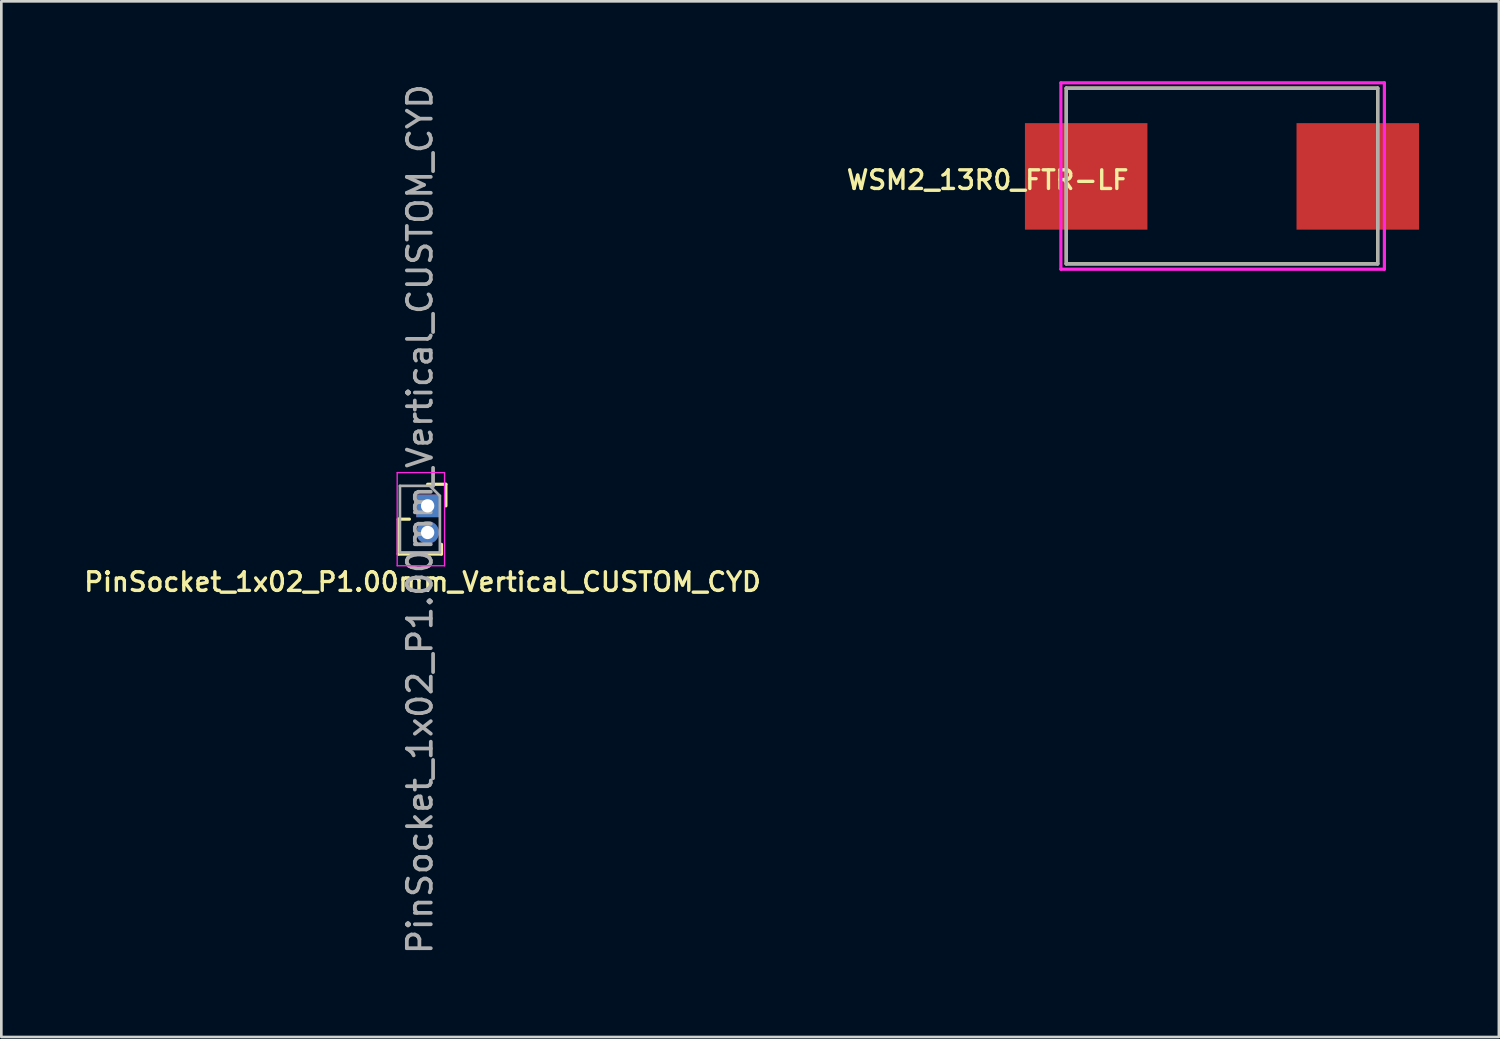
<source format=kicad_pcb>
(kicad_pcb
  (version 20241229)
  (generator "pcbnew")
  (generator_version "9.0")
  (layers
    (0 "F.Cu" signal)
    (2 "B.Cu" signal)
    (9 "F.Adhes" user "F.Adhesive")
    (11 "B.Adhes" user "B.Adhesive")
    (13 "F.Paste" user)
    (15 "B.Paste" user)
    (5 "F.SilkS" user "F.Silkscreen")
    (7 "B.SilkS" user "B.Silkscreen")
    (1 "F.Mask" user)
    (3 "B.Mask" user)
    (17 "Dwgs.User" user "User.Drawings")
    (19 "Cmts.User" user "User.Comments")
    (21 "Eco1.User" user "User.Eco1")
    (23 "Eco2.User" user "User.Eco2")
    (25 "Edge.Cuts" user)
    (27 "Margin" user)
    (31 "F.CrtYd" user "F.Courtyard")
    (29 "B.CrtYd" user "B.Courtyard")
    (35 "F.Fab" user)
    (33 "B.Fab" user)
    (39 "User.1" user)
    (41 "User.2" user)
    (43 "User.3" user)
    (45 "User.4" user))
  (footprint "WSM2_13R0_FTR-LF"
    (layer "F.Cu")
    (at 37.745 1.56)
    (property "Reference" "WSM2_13R0_FTR-LF" (at -3.7 2.15 0) (layer "F.SilkS") (effects (font (size 0.7 0.7) (thickness 0.127))))
    (attr through_hole)
    (fp_line (start -0.75 -1.3) (end 10.95 -1.3) (stroke (width 0.12) (type solid)) (layer "F.SilkS"))
    (fp_line (start -0.75 5.3) (end -0.75 -1.3) (stroke (width 0.12) (type solid)) (layer "F.SilkS"))
    (fp_line (start 10.95 -1.3) (end 10.95 5.3) (stroke (width 0.12) (type solid)) (layer "F.SilkS"))
    (fp_line (start 10.95 5.3) (end -0.75 5.3) (stroke (width 0.12) (type solid)) (layer "F.SilkS"))
    (fp_line (start -0.95 -1.5) (end -0.95 5.5) (stroke (width 0.12) (type solid)) (layer "F.CrtYd"))
    (fp_line (start -0.95 -1.5) (end 11.2 -1.5) (stroke (width 0.12) (type solid)) (layer "F.CrtYd"))
    (fp_line (start -0.95 5.5) (end 11.2 5.5) (stroke (width 0.12) (type solid)) (layer "F.CrtYd"))
    (fp_line (start 11.2 5.5) (end 11.2 -1.5) (stroke (width 0.12) (type solid)) (layer "F.CrtYd"))
    (fp_line (start -0.75 -1.3) (end 10.95 -1.3) (stroke (width 0.12) (type solid)) (layer "F.Fab"))
    (fp_line (start -0.75 5.3) (end -0.75 -1.3) (stroke (width 0.12) (type solid)) (layer "F.Fab"))
    (fp_line (start 10.95 -1.3) (end 10.95 5.3) (stroke (width 0.12) (type solid)) (layer "F.Fab"))
    (fp_line (start 10.95 5.3) (end -0.75 5.3) (stroke (width 0.12) (type solid)) (layer "F.Fab"))
    (pad "1" smd rect (at 0 2.015) (size 4.6 4) (layers "F.Cu" "F.Mask" "F.Paste"))
    (pad "2" smd rect (at 10.2 2.015) (size 4.6 4) (layers "F.Cu" "F.Mask" "F.Paste")))
  (footprint "PinSocket_1x02_P1.00mm_Vertical_CUSTOM_CYD"
    (layer "F.Cu")
    (at 13.011 15.949)
    (property "Reference" "PinSocket_1x02_P1.00mm_Vertical_CUSTOM_CYD" (at -0.191 2.857 0) (layer "F.SilkS") (effects (font (size 0.7 0.7) (thickness 0.127))))
    (attr through_hole)
    (fp_line (start -1.1 0.5) (end -1.1 1.81) (stroke (width 0.12) (type solid)) (layer "F.SilkS"))
    (fp_line (start -1.1 0.5) (end -0.685 0.5) (stroke (width 0.12) (type solid)) (layer "F.SilkS"))
    (fp_line (start -1.1 1.81) (end 0.52 1.81) (stroke (width 0.12) (type solid)) (layer "F.SilkS"))
    (fp_line (start 0 -0.81) (end 0.685 -0.81) (stroke (width 0.12) (type solid)) (layer "F.SilkS"))
    (fp_line (start 0.52 1.446) (end 0.52 1.81) (stroke (width 0.12) (type solid)) (layer "F.SilkS"))
    (fp_line (start 0.685 -0.81) (end 0.685 0) (stroke (width 0.12) (type solid)) (layer "F.SilkS"))
    (fp_line (start -1.143 -1.25) (end 0.635 -1.25) (stroke (width 0.05) (type solid)) (layer "F.CrtYd"))
    (fp_line (start -1.143 2.25) (end -1.143 -1.25) (stroke (width 0.05) (type solid)) (layer "F.CrtYd"))
    (fp_line (start 0.635 -1.25) (end 0.635 2.25) (stroke (width 0.05) (type solid)) (layer "F.CrtYd"))
    (fp_line (start 0.635 2.25) (end -1.143 2.25) (stroke (width 0.05) (type solid)) (layer "F.CrtYd"))
    (fp_line (start -1.04 -0.75) (end 0.085 -0.75) (stroke (width 0.1) (type solid)) (layer "F.Fab"))
    (fp_line (start -1.04 1.75) (end -1.04 -0.75) (stroke (width 0.1) (type solid)) (layer "F.Fab"))
    (fp_line (start 0.085 -0.75) (end 0.46 -0.375) (stroke (width 0.1) (type solid)) (layer "F.Fab"))
    (fp_line (start 0.46 -0.375) (end 0.46 1.75) (stroke (width 0.1) (type solid)) (layer "F.Fab"))
    (fp_line (start 0.46 1.75) (end -1.04 1.75) (stroke (width 0.1) (type solid)) (layer "F.Fab"))
    (fp_text user "${REFERENCE}" (at -0.29 0.5 90) (layer "F.Fab") (effects (font (size 0.9 0.9) (thickness 0.14))))
    (pad "1" thru_hole rect (at 0 0) (size 0.85 0.85) (drill 0.5) (layers "*.Cu" "*.Mask"))
    (pad "2" thru_hole oval (at 0 1) (size 0.85 0.85) (drill 0.5) (layers "*.Cu" "*.Mask")))
  (gr_rect
    (start -3 -3)
    (end 53.245 35.897)
    (stroke (width 0.1) (type default))
    (fill no)
    (layer "Edge.Cuts")))
</source>
